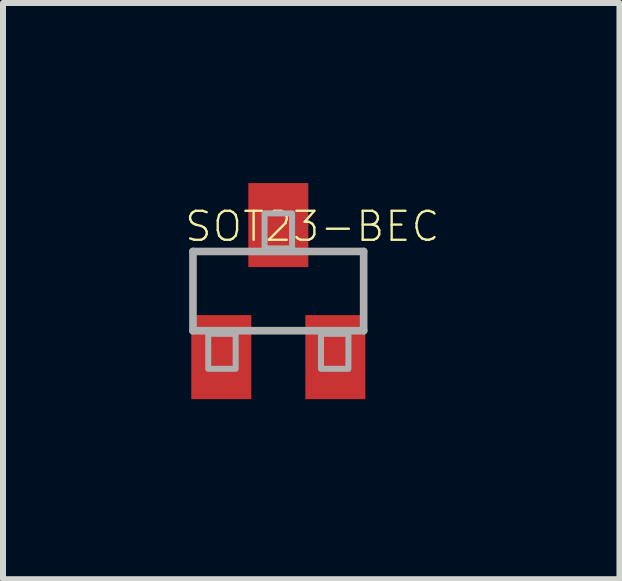
<source format=kicad_pcb>
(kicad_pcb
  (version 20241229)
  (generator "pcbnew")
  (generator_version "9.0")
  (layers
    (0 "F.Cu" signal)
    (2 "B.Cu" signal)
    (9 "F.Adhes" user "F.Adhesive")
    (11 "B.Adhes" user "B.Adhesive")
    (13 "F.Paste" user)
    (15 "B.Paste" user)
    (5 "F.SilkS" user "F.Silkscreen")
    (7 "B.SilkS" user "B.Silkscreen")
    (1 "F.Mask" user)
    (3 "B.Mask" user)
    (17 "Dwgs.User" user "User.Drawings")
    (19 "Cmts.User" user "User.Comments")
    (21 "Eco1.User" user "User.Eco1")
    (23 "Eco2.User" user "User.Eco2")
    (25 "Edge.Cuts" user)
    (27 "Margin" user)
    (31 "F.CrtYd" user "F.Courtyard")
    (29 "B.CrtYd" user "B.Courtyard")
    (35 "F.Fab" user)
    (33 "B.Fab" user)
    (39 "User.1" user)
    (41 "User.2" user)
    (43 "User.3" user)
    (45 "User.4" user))
  (footprint "SOT23-BEC"
    (layer "F.Cu")
    (at 1.587 1.8)
    (property "Reference" "SOT23-BEC" (at -1.587 -0.794 0) (layer "F.SilkS") (effects (font (size 0.483 0.483) (thickness 0.039)) (justify left bottom)))
    (attr through_hole)
    (fp_line (start -1.422 -0.66) (end 1.422 -0.66) (stroke (width 0.127) (type solid)) (layer "F.Fab"))
    (fp_line (start -1.422 0.66) (end -1.422 -0.66) (stroke (width 0.127) (type solid)) (layer "F.Fab"))
    (fp_line (start 1.422 -0.66) (end 1.422 0.66) (stroke (width 0.127) (type solid)) (layer "F.Fab"))
    (fp_line (start 1.422 0.66) (end -1.422 0.66) (stroke (width 0.127) (type solid)) (layer "F.Fab"))
    (fp_poly (pts (xy -1.168 1.295) (xy -0.711 1.295) (xy -0.711 0.711) (xy -1.168 0.711)) (stroke (width 0.1) (type solid)) (fill no) (layer "F.Fab"))
    (fp_poly (pts (xy -0.229 -0.711) (xy 0.229 -0.711) (xy 0.229 -1.295) (xy -0.229 -1.295)) (stroke (width 0.1) (type solid)) (fill no) (layer "F.Fab"))
    (fp_poly (pts (xy 0.711 1.295) (xy 1.168 1.295) (xy 1.168 0.711) (xy 0.711 0.711)) (stroke (width 0.1) (type solid)) (fill no) (layer "F.Fab"))
    (pad "B" smd rect (at -0.95 1.1) (size 1 1.4) (layers "F.Cu" "F.Mask" "F.Paste"))
    (pad "C" smd rect (at 0 -1.1) (size 1 1.4) (layers "F.Cu" "F.Mask" "F.Paste"))
    (pad "E" smd rect (at 0.95 1.1) (size 1 1.4) (layers "F.Cu" "F.Mask" "F.Paste")))
  (gr_rect
    (start -3 -3)
    (end 7.271 6.6)
    (stroke (width 0.1) (type default))
    (fill no)
    (layer "Edge.Cuts")))
</source>
